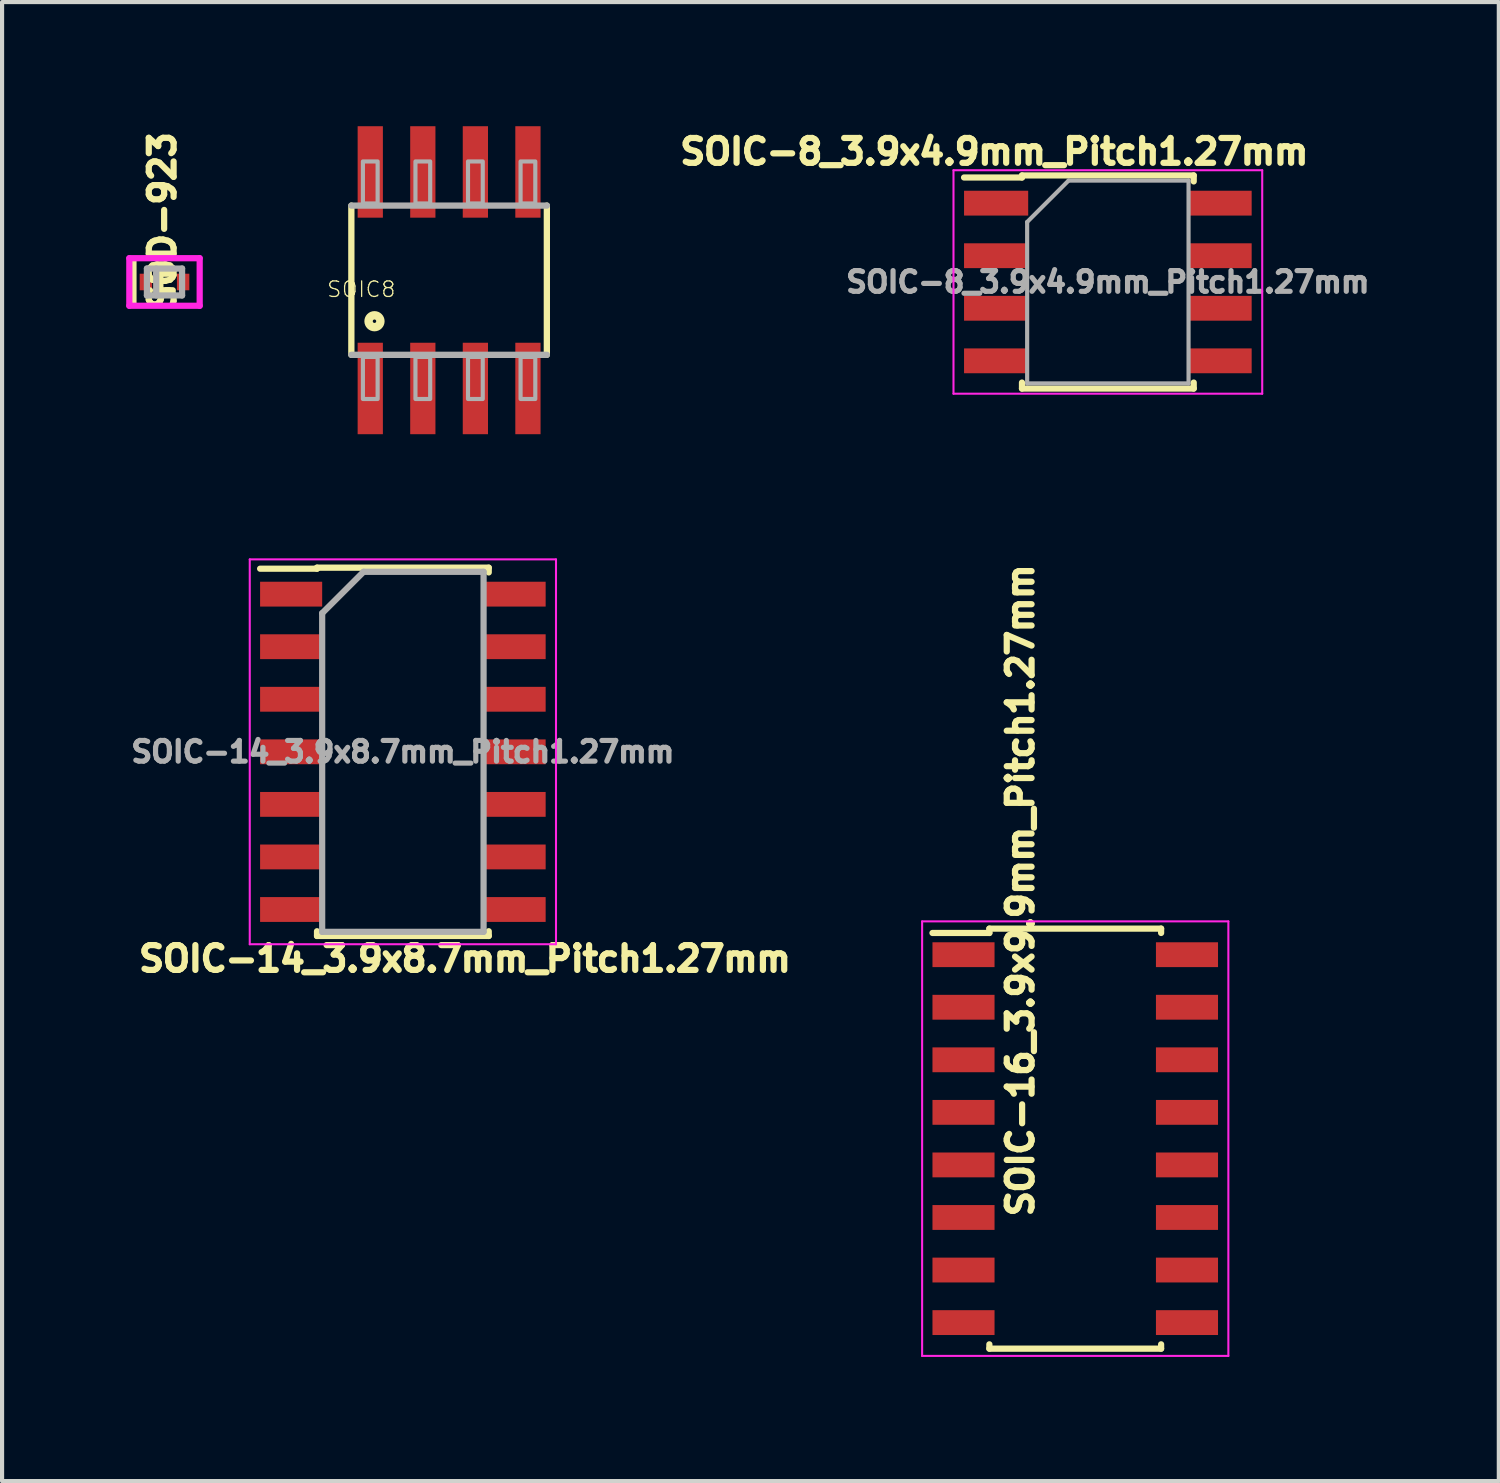
<source format=kicad_pcb>
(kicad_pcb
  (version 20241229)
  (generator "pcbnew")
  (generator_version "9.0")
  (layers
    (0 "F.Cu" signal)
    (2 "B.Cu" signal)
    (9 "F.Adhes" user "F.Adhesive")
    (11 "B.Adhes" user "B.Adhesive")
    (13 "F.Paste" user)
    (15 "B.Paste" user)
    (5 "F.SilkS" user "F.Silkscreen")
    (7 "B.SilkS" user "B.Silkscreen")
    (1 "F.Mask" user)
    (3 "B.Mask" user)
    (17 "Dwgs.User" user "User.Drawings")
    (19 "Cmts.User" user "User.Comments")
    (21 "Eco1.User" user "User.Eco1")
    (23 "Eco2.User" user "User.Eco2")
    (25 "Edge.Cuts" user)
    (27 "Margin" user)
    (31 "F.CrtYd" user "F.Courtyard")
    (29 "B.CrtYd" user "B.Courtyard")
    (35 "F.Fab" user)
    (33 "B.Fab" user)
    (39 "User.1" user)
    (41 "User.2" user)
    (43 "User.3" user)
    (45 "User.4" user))
  (footprint "SOD-923"
    (layer "F.Cu")
    (at 0.925 3.764)
    (property "Reference" "SOD-923" (at -0.05 -1.47 270) (layer "F.SilkS") (effects (font (size 0.6 0.6) (thickness 0.15))))
    (attr smd)
    (fp_line (start -0.75 -0.5) (end -0.75 0.5) (stroke (width 0.15) (type solid)) (layer "F.SilkS"))
    (fp_line (start -0.2 -0.2) (end 0.2 -0.2) (stroke (width 0.15) (type solid)) (layer "F.SilkS"))
    (fp_line (start -0.1 -0.2) (end -0.1 0.2) (stroke (width 0.15) (type solid)) (layer "F.SilkS"))
    (fp_line (start 0.2 0.2) (end -0.2 0.2) (stroke (width 0.15) (type solid)) (layer "F.SilkS"))
    (fp_line (start -0.85 -0.575) (end 0.85 -0.575) (stroke (width 0.15) (type solid)) (layer "F.CrtYd"))
    (fp_line (start -0.85 0.575) (end -0.85 -0.575) (stroke (width 0.15) (type solid)) (layer "F.CrtYd"))
    (fp_line (start 0.85 -0.575) (end 0.85 0.575) (stroke (width 0.15) (type solid)) (layer "F.CrtYd"))
    (fp_line (start 0.85 0.575) (end -0.85 0.575) (stroke (width 0.15) (type solid)) (layer "F.CrtYd"))
    (fp_line (start -0.425 -0.325) (end 0.425 -0.325) (stroke (width 0.15) (type solid)) (layer "F.Fab"))
    (fp_line (start -0.425 0.325) (end -0.425 -0.325) (stroke (width 0.15) (type solid)) (layer "F.Fab"))
    (fp_line (start -0.2 -0.325) (end -0.2 0.325) (stroke (width 0.15) (type solid)) (layer "F.Fab"))
    (fp_line (start 0.425 -0.325) (end 0.425 0.325) (stroke (width 0.15) (type solid)) (layer "F.Fab"))
    (fp_line (start 0.425 0.325) (end -0.425 0.325) (stroke (width 0.15) (type solid)) (layer "F.Fab"))
    (pad "1" smd rect (at -0.45 0) (size 0.3 0.4) (layers "F.Cu" "F.Mask" "F.Paste"))
    (pad "2" smd rect (at 0.45 0) (size 0.3 0.4) (layers "F.Cu" "F.Mask" "F.Paste")))
  (footprint "SOIC8"
    (layer "F.Cu")
    (at 7.802 3.721)
    (property "Reference" "SOIC8" (at -1.27 0 180) (layer "F.SilkS") (effects (font (size 0.376 0.376) (thickness 0.03)) (justify right top)))
    (fp_line (start -2.362 -1.803) (end -2.362 1.803) (stroke (width 0.152) (type solid)) (layer "F.SilkS"))
    (fp_line (start 2.362 1.803) (end 2.362 -1.803) (stroke (width 0.152) (type solid)) (layer "F.SilkS"))
    (fp_circle (center -1.803 0.991) (end -1.66 0.991) (stroke (width 0.203) (type solid)) (fill no) (layer "F.SilkS"))
    (fp_line (start -2.362 1.803) (end 2.362 1.803) (stroke (width 0.152) (type solid)) (layer "F.Fab"))
    (fp_line (start 2.362 -1.803) (end -2.362 -1.803) (stroke (width 0.152) (type solid)) (layer "F.Fab"))
    (fp_poly (pts (xy -2.083 -1.854) (xy -1.727 -1.854) (xy -1.727 -2.87) (xy -2.083 -2.87)) (stroke (width 0.1) (type default)) (fill no) (layer "F.Fab"))
    (fp_poly (pts (xy -2.083 2.87) (xy -1.727 2.87) (xy -1.727 1.854) (xy -2.083 1.854)) (stroke (width 0.1) (type default)) (fill no) (layer "F.Fab"))
    (fp_poly (pts (xy -0.813 -1.854) (xy -0.457 -1.854) (xy -0.457 -2.87) (xy -0.813 -2.87)) (stroke (width 0.1) (type default)) (fill no) (layer "F.Fab"))
    (fp_poly (pts (xy -0.813 2.87) (xy -0.457 2.87) (xy -0.457 1.854) (xy -0.813 1.854)) (stroke (width 0.1) (type default)) (fill no) (layer "F.Fab"))
    (fp_poly (pts (xy 0.457 -1.854) (xy 0.813 -1.854) (xy 0.813 -2.87) (xy 0.457 -2.87)) (stroke (width 0.1) (type default)) (fill no) (layer "F.Fab"))
    (fp_poly (pts (xy 0.457 2.87) (xy 0.813 2.87) (xy 0.813 1.854) (xy 0.457 1.854)) (stroke (width 0.1) (type default)) (fill no) (layer "F.Fab"))
    (fp_poly (pts (xy 1.727 -1.854) (xy 2.083 -1.854) (xy 2.083 -2.87) (xy 1.727 -2.87)) (stroke (width 0.1) (type default)) (fill no) (layer "F.Fab"))
    (fp_poly (pts (xy 1.727 2.87) (xy 2.083 2.87) (xy 2.083 1.854) (xy 1.727 1.854)) (stroke (width 0.1) (type default)) (fill no) (layer "F.Fab"))
    (pad "1" smd rect (at -1.905 2.616) (size 0.61 2.21) (layers "F.Cu" "F.Mask" "F.Paste"))
    (pad "2" smd rect (at -0.635 2.616) (size 0.61 2.21) (layers "F.Cu" "F.Mask" "F.Paste"))
    (pad "3" smd rect (at 0.635 2.616) (size 0.61 2.21) (layers "F.Cu" "F.Mask" "F.Paste"))
    (pad "4" smd rect (at 1.905 2.616) (size 0.61 2.21) (layers "F.Cu" "F.Mask" "F.Paste"))
    (pad "5" smd rect (at 1.905 -2.616) (size 0.61 2.21) (layers "F.Cu" "F.Mask" "F.Paste"))
    (pad "6" smd rect (at 0.635 -2.616) (size 0.61 2.21) (layers "F.Cu" "F.Mask" "F.Paste"))
    (pad "7" smd rect (at -0.635 -2.616) (size 0.61 2.21) (layers "F.Cu" "F.Mask" "F.Paste"))
    (pad "8" smd rect (at -1.905 -2.616) (size 0.61 2.21) (layers "F.Cu" "F.Mask" "F.Paste")))
  (footprint "SOIC-16_3.9x9.9mm_Pitch1.27mm"
    (layer "F.Cu")
    (at 22.932 24.464)
    (property "Reference" "SOIC-16_3.9x9.9mm_Pitch1.27mm" (at -1.325 -6 90) (layer "F.SilkS") (effects (font (size 0.6 0.6) (thickness 0.15))))
    (attr smd)
    (fp_line (start -2.075 -5.075) (end -2.075 -4.97) (stroke (width 0.15) (type solid)) (layer "F.SilkS"))
    (fp_line (start -2.075 -5.075) (end 2.075 -5.075) (stroke (width 0.15) (type solid)) (layer "F.SilkS"))
    (fp_line (start -2.075 -4.97) (end -3.45 -4.97) (stroke (width 0.15) (type solid)) (layer "F.SilkS"))
    (fp_line (start -2.075 5.075) (end -2.075 4.97) (stroke (width 0.15) (type solid)) (layer "F.SilkS"))
    (fp_line (start -2.075 5.075) (end 2.075 5.075) (stroke (width 0.15) (type solid)) (layer "F.SilkS"))
    (fp_line (start 2.075 -5.075) (end 2.075 -4.97) (stroke (width 0.15) (type solid)) (layer "F.SilkS"))
    (fp_line (start 2.075 5.075) (end 2.075 4.97) (stroke (width 0.15) (type solid)) (layer "F.SilkS"))
    (fp_line (start -3.7 -5.25) (end -3.7 5.25) (stroke (width 0.05) (type solid)) (layer "F.CrtYd"))
    (fp_line (start -3.7 -5.25) (end 3.7 -5.25) (stroke (width 0.05) (type solid)) (layer "F.CrtYd"))
    (fp_line (start -3.7 5.25) (end 3.7 5.25) (stroke (width 0.05) (type solid)) (layer "F.CrtYd"))
    (fp_line (start 3.7 -5.25) (end 3.7 5.25) (stroke (width 0.05) (type solid)) (layer "F.CrtYd"))
    (pad "1" smd rect (at -2.7 -4.445) (size 1.5 0.6) (layers "F.Cu" "F.Mask" "F.Paste"))
    (pad "2" smd rect (at -2.7 -3.175) (size 1.5 0.6) (layers "F.Cu" "F.Mask" "F.Paste"))
    (pad "3" smd rect (at -2.7 -1.905) (size 1.5 0.6) (layers "F.Cu" "F.Mask" "F.Paste"))
    (pad "4" smd rect (at -2.7 -0.635) (size 1.5 0.6) (layers "F.Cu" "F.Mask" "F.Paste"))
    (pad "5" smd rect (at -2.7 0.635) (size 1.5 0.6) (layers "F.Cu" "F.Mask" "F.Paste"))
    (pad "6" smd rect (at -2.7 1.905) (size 1.5 0.6) (layers "F.Cu" "F.Mask" "F.Paste"))
    (pad "7" smd rect (at -2.7 3.175) (size 1.5 0.6) (layers "F.Cu" "F.Mask" "F.Paste"))
    (pad "8" smd rect (at -2.7 4.445) (size 1.5 0.6) (layers "F.Cu" "F.Mask" "F.Paste"))
    (pad "9" smd rect (at 2.7 4.445) (size 1.5 0.6) (layers "F.Cu" "F.Mask" "F.Paste"))
    (pad "10" smd rect (at 2.7 3.175) (size 1.5 0.6) (layers "F.Cu" "F.Mask" "F.Paste"))
    (pad "11" smd rect (at 2.7 1.905) (size 1.5 0.6) (layers "F.Cu" "F.Mask" "F.Paste"))
    (pad "12" smd rect (at 2.7 0.635) (size 1.5 0.6) (layers "F.Cu" "F.Mask" "F.Paste"))
    (pad "13" smd rect (at 2.7 -0.635) (size 1.5 0.6) (layers "F.Cu" "F.Mask" "F.Paste"))
    (pad "14" smd rect (at 2.7 -1.905) (size 1.5 0.6) (layers "F.Cu" "F.Mask" "F.Paste"))
    (pad "15" smd rect (at 2.7 -3.175) (size 1.5 0.6) (layers "F.Cu" "F.Mask" "F.Paste"))
    (pad "16" smd rect (at 2.7 -4.445) (size 1.5 0.6) (layers "F.Cu" "F.Mask" "F.Paste")))
  (footprint "SOIC-8_3.9x4.9mm_Pitch1.27mm"
    (layer "F.Cu")
    (at 23.72 3.764)
    (property "Reference" "SOIC-8_3.9x4.9mm_Pitch1.27mm" (at -2.743 -3.15 0) (layer "F.SilkS") (effects (font (size 0.6 0.6) (thickness 0.15))))
    (attr smd)
    (fp_line (start -2.075 -2.575) (end -2.075 -2.525) (stroke (width 0.15) (type solid)) (layer "F.SilkS"))
    (fp_line (start -2.075 -2.575) (end 2.075 -2.575) (stroke (width 0.15) (type solid)) (layer "F.SilkS"))
    (fp_line (start -2.075 -2.525) (end -3.475 -2.525) (stroke (width 0.15) (type solid)) (layer "F.SilkS"))
    (fp_line (start -2.075 2.575) (end -2.075 2.43) (stroke (width 0.15) (type solid)) (layer "F.SilkS"))
    (fp_line (start -2.075 2.575) (end 2.075 2.575) (stroke (width 0.15) (type solid)) (layer "F.SilkS"))
    (fp_line (start 2.075 -2.575) (end 2.075 -2.43) (stroke (width 0.15) (type solid)) (layer "F.SilkS"))
    (fp_line (start 2.075 2.575) (end 2.075 2.43) (stroke (width 0.15) (type solid)) (layer "F.SilkS"))
    (fp_line (start -3.73 -2.7) (end -3.73 2.7) (stroke (width 0.05) (type solid)) (layer "F.CrtYd"))
    (fp_line (start -3.73 -2.7) (end 3.73 -2.7) (stroke (width 0.05) (type solid)) (layer "F.CrtYd"))
    (fp_line (start -3.73 2.7) (end 3.73 2.7) (stroke (width 0.05) (type solid)) (layer "F.CrtYd"))
    (fp_line (start 3.73 -2.7) (end 3.73 2.7) (stroke (width 0.05) (type solid)) (layer "F.CrtYd"))
    (fp_line (start -1.95 -1.45) (end -0.95 -2.45) (stroke (width 0.1) (type solid)) (layer "F.Fab"))
    (fp_line (start -1.95 2.45) (end -1.95 -1.45) (stroke (width 0.1) (type solid)) (layer "F.Fab"))
    (fp_line (start -0.95 -2.45) (end 1.95 -2.45) (stroke (width 0.1) (type solid)) (layer "F.Fab"))
    (fp_line (start 1.95 -2.45) (end 1.95 2.45) (stroke (width 0.1) (type solid)) (layer "F.Fab"))
    (fp_line (start 1.95 2.45) (end -1.95 2.45) (stroke (width 0.1) (type solid)) (layer "F.Fab"))
    (fp_text user "${REFERENCE}" (at 0 0 0) (layer "F.Fab") (effects (font (size 0.5 0.5) (thickness 0.125))))
    (pad "1" smd rect (at -2.7 -1.905) (size 1.55 0.6) (layers "F.Cu" "F.Mask" "F.Paste"))
    (pad "2" smd rect (at -2.7 -0.635) (size 1.55 0.6) (layers "F.Cu" "F.Mask" "F.Paste"))
    (pad "3" smd rect (at -2.7 0.635) (size 1.55 0.6) (layers "F.Cu" "F.Mask" "F.Paste"))
    (pad "4" smd rect (at -2.7 1.905) (size 1.55 0.6) (layers "F.Cu" "F.Mask" "F.Paste"))
    (pad "5" smd rect (at 2.7 1.905) (size 1.55 0.6) (layers "F.Cu" "F.Mask" "F.Paste"))
    (pad "6" smd rect (at 2.7 0.635) (size 1.55 0.6) (layers "F.Cu" "F.Mask" "F.Paste"))
    (pad "7" smd rect (at 2.7 -0.635) (size 1.55 0.6) (layers "F.Cu" "F.Mask" "F.Paste"))
    (pad "8" smd rect (at 2.7 -1.905) (size 1.55 0.6) (layers "F.Cu" "F.Mask" "F.Paste")))
  (footprint "SOIC-14_3.9x8.7mm_Pitch1.27mm"
    (layer "F.Cu")
    (at 6.685 15.117)
    (property "Reference" "SOIC-14_3.9x8.7mm_Pitch1.27mm" (at 1.5 5 180) (layer "F.SilkS") (effects (font (size 0.6 0.6) (thickness 0.15))))
    (attr smd)
    (fp_line (start -2.075 -4.45) (end -2.075 -4.425) (stroke (width 0.15) (type solid)) (layer "F.SilkS"))
    (fp_line (start -2.075 -4.45) (end 2.075 -4.45) (stroke (width 0.15) (type solid)) (layer "F.SilkS"))
    (fp_line (start -2.075 -4.425) (end -3.45 -4.425) (stroke (width 0.15) (type solid)) (layer "F.SilkS"))
    (fp_line (start -2.075 4.45) (end -2.075 4.335) (stroke (width 0.15) (type solid)) (layer "F.SilkS"))
    (fp_line (start -2.075 4.45) (end 2.075 4.45) (stroke (width 0.15) (type solid)) (layer "F.SilkS"))
    (fp_line (start 2.075 -4.45) (end 2.075 -4.335) (stroke (width 0.15) (type solid)) (layer "F.SilkS"))
    (fp_line (start 2.075 4.45) (end 2.075 4.335) (stroke (width 0.15) (type solid)) (layer "F.SilkS"))
    (fp_line (start -3.7 -4.65) (end -3.7 4.65) (stroke (width 0.05) (type solid)) (layer "F.CrtYd"))
    (fp_line (start -3.7 -4.65) (end 3.7 -4.65) (stroke (width 0.05) (type solid)) (layer "F.CrtYd"))
    (fp_line (start -3.7 4.65) (end 3.7 4.65) (stroke (width 0.05) (type solid)) (layer "F.CrtYd"))
    (fp_line (start 3.7 -4.65) (end 3.7 4.65) (stroke (width 0.05) (type solid)) (layer "F.CrtYd"))
    (fp_line (start -1.95 -3.35) (end -0.95 -4.35) (stroke (width 0.15) (type solid)) (layer "F.Fab"))
    (fp_line (start -1.95 4.35) (end -1.95 -3.35) (stroke (width 0.15) (type solid)) (layer "F.Fab"))
    (fp_line (start -0.95 -4.35) (end 1.95 -4.35) (stroke (width 0.15) (type solid)) (layer "F.Fab"))
    (fp_line (start 1.95 -4.35) (end 1.95 4.35) (stroke (width 0.15) (type solid)) (layer "F.Fab"))
    (fp_line (start 1.95 4.35) (end -1.95 4.35) (stroke (width 0.15) (type solid)) (layer "F.Fab"))
    (fp_text user "${REFERENCE}" (at 0 0 0) (layer "F.Fab") (effects (font (size 0.5 0.5) (thickness 0.125))))
    (pad "1" smd rect (at -2.7 -3.81) (size 1.5 0.6) (layers "F.Cu" "F.Mask" "F.Paste"))
    (pad "2" smd rect (at -2.7 -2.54) (size 1.5 0.6) (layers "F.Cu" "F.Mask" "F.Paste"))
    (pad "3" smd rect (at -2.7 -1.27) (size 1.5 0.6) (layers "F.Cu" "F.Mask" "F.Paste"))
    (pad "4" smd rect (at -2.7 0) (size 1.5 0.6) (layers "F.Cu" "F.Mask" "F.Paste"))
    (pad "5" smd rect (at -2.7 1.27) (size 1.5 0.6) (layers "F.Cu" "F.Mask" "F.Paste"))
    (pad "6" smd rect (at -2.7 2.54) (size 1.5 0.6) (layers "F.Cu" "F.Mask" "F.Paste"))
    (pad "7" smd rect (at -2.7 3.81) (size 1.5 0.6) (layers "F.Cu" "F.Mask" "F.Paste"))
    (pad "8" smd rect (at 2.7 3.81) (size 1.5 0.6) (layers "F.Cu" "F.Mask" "F.Paste"))
    (pad "9" smd rect (at 2.7 2.54) (size 1.5 0.6) (layers "F.Cu" "F.Mask" "F.Paste"))
    (pad "10" smd rect (at 2.7 1.27) (size 1.5 0.6) (layers "F.Cu" "F.Mask" "F.Paste"))
    (pad "11" smd rect (at 2.7 0) (size 1.5 0.6) (layers "F.Cu" "F.Mask" "F.Paste"))
    (pad "12" smd rect (at 2.7 -1.27) (size 1.5 0.6) (layers "F.Cu" "F.Mask" "F.Paste"))
    (pad "13" smd rect (at 2.7 -2.54) (size 1.5 0.6) (layers "F.Cu" "F.Mask" "F.Paste"))
    (pad "14" smd rect (at 2.7 -3.81) (size 1.5 0.6) (layers "F.Cu" "F.Mask" "F.Paste")))
  (gr_rect
    (start -3 -3)
    (end 33.167 32.739)
    (stroke (width 0.1) (type default))
    (fill no)
    (layer "Edge.Cuts")))
</source>
